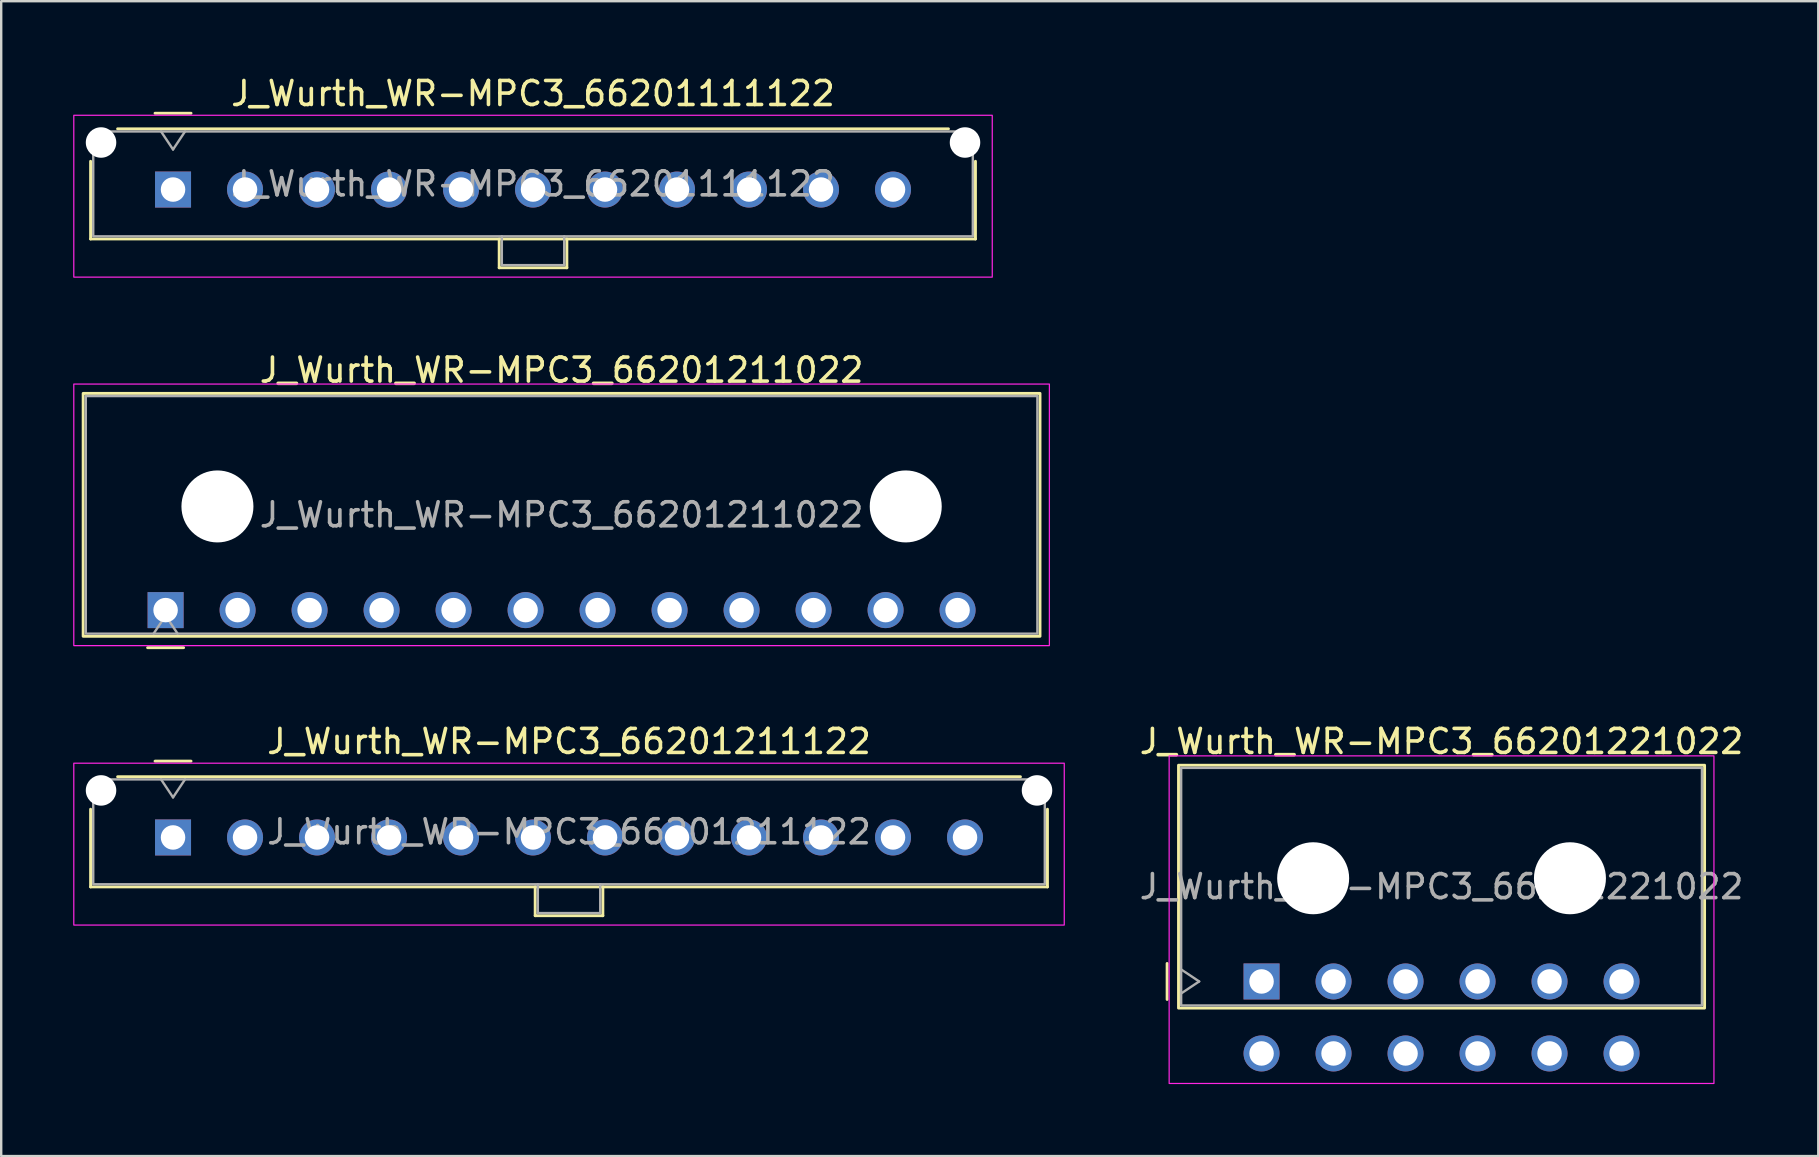
<source format=kicad_pcb>
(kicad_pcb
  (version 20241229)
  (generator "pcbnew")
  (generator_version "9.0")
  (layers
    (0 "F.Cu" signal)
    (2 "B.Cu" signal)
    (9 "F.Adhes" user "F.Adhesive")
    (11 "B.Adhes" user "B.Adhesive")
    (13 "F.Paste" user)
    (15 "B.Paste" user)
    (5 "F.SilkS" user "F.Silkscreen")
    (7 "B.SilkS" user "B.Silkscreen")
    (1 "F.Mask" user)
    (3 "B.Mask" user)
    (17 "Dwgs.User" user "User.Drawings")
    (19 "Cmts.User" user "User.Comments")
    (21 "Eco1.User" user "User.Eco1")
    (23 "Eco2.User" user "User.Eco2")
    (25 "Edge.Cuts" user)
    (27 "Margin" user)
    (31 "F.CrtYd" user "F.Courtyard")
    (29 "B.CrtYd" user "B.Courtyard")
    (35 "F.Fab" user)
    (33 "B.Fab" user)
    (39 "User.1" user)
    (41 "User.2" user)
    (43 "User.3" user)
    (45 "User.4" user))
  (footprint "J_Wurth_WR-MPC3_66201211022"
    (layer "F.Cu")
    (at 3.85 22.372)
    (property "Reference" "J_Wurth_WR-MPC3_66201211022" (at 16.5 -10 0) (unlocked yes) (layer "F.SilkS") (effects (font (size 1 1) (thickness 0.15))))
    (attr through_hole)
    (fp_line (start -0.75 1.565) (end 0.75 1.565) (stroke (width 0.12) (type solid)) (layer "F.SilkS"))
    (fp_rect (start -3.435 -9.03) (end 36.435 1.09) (stroke (width 0.12) (type solid)) (fill no) (layer "F.SilkS"))
    (fp_rect (start -3.825 -9.42) (end 36.825 1.48) (stroke (width 0.05) (type solid)) (fill no) (layer "F.CrtYd"))
    (fp_line (start 0 0.23) (end -0.5 0.98) (stroke (width 0.1) (type solid)) (layer "F.Fab"))
    (fp_line (start 0 0.23) (end 0.5 0.98) (stroke (width 0.1) (type solid)) (layer "F.Fab"))
    (fp_rect (start -3.325 -8.92) (end 36.325 0.98) (stroke (width 0.1) (type solid)) (fill no) (layer "F.Fab"))
    (fp_text user "${REFERENCE}" (at 16.5 -3.97 0) (unlocked yes) (layer "F.Fab") (effects (font (size 1 1) (thickness 0.15))))
    (pad "" np_thru_hole circle (at 2.16 -4.32 180) (size 3 3) (drill 3) (layers "*.Cu" "*.Mask"))
    (pad "" np_thru_hole circle (at 30.84 -4.32 180) (size 3 3) (drill 3) (layers "*.Cu" "*.Mask"))
    (pad "1" thru_hole rect (at 0 0 180) (size 1.5 1.5) (drill 1.02) (layers "*.Cu" "*.Mask"))
    (pad "2" thru_hole circle (at 3 0 180) (size 1.5 1.5) (drill 1.02) (layers "*.Cu" "*.Mask"))
    (pad "3" thru_hole circle (at 6 0 180) (size 1.5 1.5) (drill 1.02) (layers "*.Cu" "*.Mask"))
    (pad "4" thru_hole circle (at 9 0 180) (size 1.5 1.5) (drill 1.02) (layers "*.Cu" "*.Mask"))
    (pad "5" thru_hole circle (at 12 0 180) (size 1.5 1.5) (drill 1.02) (layers "*.Cu" "*.Mask"))
    (pad "6" thru_hole circle (at 15 0 180) (size 1.5 1.5) (drill 1.02) (layers "*.Cu" "*.Mask"))
    (pad "7" thru_hole circle (at 18 0 180) (size 1.5 1.5) (drill 1.02) (layers "*.Cu" "*.Mask"))
    (pad "8" thru_hole circle (at 21 0 180) (size 1.5 1.5) (drill 1.02) (layers "*.Cu" "*.Mask"))
    (pad "9" thru_hole circle (at 24 0 180) (size 1.5 1.5) (drill 1.02) (layers "*.Cu" "*.Mask"))
    (pad "10" thru_hole circle (at 27 0 180) (size 1.5 1.5) (drill 1.02) (layers "*.Cu" "*.Mask"))
    (pad "11" thru_hole circle (at 30 0 180) (size 1.5 1.5) (drill 1.02) (layers "*.Cu" "*.Mask"))
    (pad "12" thru_hole circle (at 33 0 180) (size 1.5 1.5) (drill 1.02) (layers "*.Cu" "*.Mask")))
  (footprint "J_Wurth_WR-MPC3_66201111122"
    (layer "F.Cu")
    (at 4.16 4.848)
    (property "Reference" "J_Wurth_WR-MPC3_66201111122" (at 15 -4 0) (unlocked yes) (layer "F.SilkS") (effects (font (size 1 1) (thickness 0.15))))
    (attr through_hole)
    (fp_line (start -3.435 2.06) (end -3.435 -1.178) (stroke (width 0.12) (type default)) (layer "F.SilkS"))
    (fp_line (start -2.31 -2.53) (end 32.31 -2.53) (stroke (width 0.12) (type solid)) (layer "F.SilkS"))
    (fp_line (start -0.75 -3.18) (end 0.75 -3.18) (stroke (width 0.12) (type solid)) (layer "F.SilkS"))
    (fp_line (start 13.59 2.06) (end 13.59 3.26) (stroke (width 0.12) (type default)) (layer "F.SilkS"))
    (fp_line (start 13.59 3.26) (end 16.41 3.26) (stroke (width 0.12) (type default)) (layer "F.SilkS"))
    (fp_line (start 16.41 3.26) (end 16.41 2.06) (stroke (width 0.12) (type default)) (layer "F.SilkS"))
    (fp_line (start 33.435 -1.178) (end 33.435 2.06) (stroke (width 0.12) (type solid)) (layer "F.SilkS"))
    (fp_line (start 33.435 2.06) (end -3.435 2.06) (stroke (width 0.12) (type solid)) (layer "F.SilkS"))
    (fp_rect (start -4.135 -3.095) (end 34.135 3.65) (stroke (width 0.05) (type solid)) (fill no) (layer "F.CrtYd"))
    (fp_line (start 0 -1.67) (end -0.5 -2.42) (stroke (width 0.1) (type solid)) (layer "F.Fab"))
    (fp_line (start 0 -1.67) (end 0.5 -2.42) (stroke (width 0.1) (type solid)) (layer "F.Fab"))
    (fp_line (start 13.7 1.95) (end 13.7 3.15) (stroke (width 0.1) (type solid)) (layer "F.Fab"))
    (fp_line (start 13.7 3.15) (end 16.3 3.15) (stroke (width 0.1) (type solid)) (layer "F.Fab"))
    (fp_line (start 16.3 1.95) (end 16.3 3.15) (stroke (width 0.1) (type solid)) (layer "F.Fab"))
    (fp_rect (start -3.325 -2.42) (end 33.325 1.95) (stroke (width 0.1) (type solid)) (fill no) (layer "F.Fab"))
    (fp_text user "${REFERENCE}" (at 15 -0.235 0) (unlocked yes) (layer "F.Fab") (effects (font (size 1 1) (thickness 0.15))))
    (pad "" np_thru_hole circle (at -3 -1.96 180) (size 1.27 1.27) (drill 1.27) (layers "*.Cu" "*.Mask"))
    (pad "" np_thru_hole circle (at 33 -1.96 180) (size 1.27 1.27) (drill 1.27) (layers "*.Cu" "*.Mask"))
    (pad "1" thru_hole rect (at 0 0 180) (size 1.5 1.5) (drill 1.02) (layers "*.Cu" "*.Mask"))
    (pad "2" thru_hole circle (at 3 0 180) (size 1.5 1.5) (drill 1.02) (layers "*.Cu" "*.Mask"))
    (pad "3" thru_hole circle (at 6 0 180) (size 1.5 1.5) (drill 1.02) (layers "*.Cu" "*.Mask"))
    (pad "4" thru_hole circle (at 9 0 180) (size 1.5 1.5) (drill 1.02) (layers "*.Cu" "*.Mask"))
    (pad "5" thru_hole circle (at 12 0 180) (size 1.5 1.5) (drill 1.02) (layers "*.Cu" "*.Mask"))
    (pad "6" thru_hole circle (at 15 0 180) (size 1.5 1.5) (drill 1.02) (layers "*.Cu" "*.Mask"))
    (pad "7" thru_hole circle (at 18 0 180) (size 1.5 1.5) (drill 1.02) (layers "*.Cu" "*.Mask"))
    (pad "8" thru_hole circle (at 21 0 180) (size 1.5 1.5) (drill 1.02) (layers "*.Cu" "*.Mask"))
    (pad "9" thru_hole circle (at 24 0 180) (size 1.5 1.5) (drill 1.02) (layers "*.Cu" "*.Mask"))
    (pad "10" thru_hole circle (at 27 0 180) (size 1.5 1.5) (drill 1.02) (layers "*.Cu" "*.Mask"))
    (pad "11" thru_hole circle (at 30 0 180) (size 1.5 1.5) (drill 1.02) (layers "*.Cu" "*.Mask")))
  (footprint "J_Wurth_WR-MPC3_66201221022"
    (layer "F.Cu")
    (at 49.516 37.845)
    (property "Reference" "J_Wurth_WR-MPC3_66201221022" (at 7.5 -10 0) (unlocked yes) (layer "F.SilkS") (effects (font (size 1 1) (thickness 0.15))))
    (attr through_hole)
    (fp_line (start -3.935 -0.75) (end -3.935 0.75) (stroke (width 0.12) (type solid)) (layer "F.SilkS"))
    (fp_rect (start -3.46 -9.01) (end 18.46 1.11) (stroke (width 0.12) (type solid)) (fill no) (layer "F.SilkS"))
    (fp_rect (start -3.85 -9.4) (end 18.85 4.25) (stroke (width 0.05) (type solid)) (fill no) (layer "F.CrtYd"))
    (fp_line (start -2.6 0) (end -3.35 -0.5) (stroke (width 0.1) (type solid)) (layer "F.Fab"))
    (fp_line (start -2.6 0) (end -3.35 0.5) (stroke (width 0.1) (type solid)) (layer "F.Fab"))
    (fp_rect (start -3.35 -8.9) (end 18.35 1) (stroke (width 0.1) (type solid)) (fill no) (layer "F.Fab"))
    (fp_text user "${REFERENCE}" (at 7.5 -3.95 0) (unlocked yes) (layer "F.Fab") (effects (font (size 1 1) (thickness 0.15))))
    (pad "" np_thru_hole circle (at 2.15 -4.3 180) (size 3 3) (drill 3) (layers "*.Cu" "*.Mask"))
    (pad "" np_thru_hole circle (at 12.85 -4.3 180) (size 3 3) (drill 3) (layers "*.Cu" "*.Mask"))
    (pad "1" thru_hole rect (at 0 0 180) (size 1.5 1.5) (drill 1.02) (layers "*.Cu" "*.Mask"))
    (pad "2" thru_hole circle (at 3 0 180) (size 1.5 1.5) (drill 1.02) (layers "*.Cu" "*.Mask"))
    (pad "3" thru_hole circle (at 6 0 180) (size 1.5 1.5) (drill 1.02) (layers "*.Cu" "*.Mask"))
    (pad "4" thru_hole circle (at 9 0 180) (size 1.5 1.5) (drill 1.02) (layers "*.Cu" "*.Mask"))
    (pad "5" thru_hole circle (at 12 0 180) (size 1.5 1.5) (drill 1.02) (layers "*.Cu" "*.Mask"))
    (pad "6" thru_hole circle (at 15 0 180) (size 1.5 1.5) (drill 1.02) (layers "*.Cu" "*.Mask"))
    (pad "7" thru_hole circle (at 0 3 180) (size 1.5 1.5) (drill 1.02) (layers "*.Cu" "*.Mask"))
    (pad "8" thru_hole circle (at 3 3 180) (size 1.5 1.5) (drill 1.02) (layers "*.Cu" "*.Mask"))
    (pad "9" thru_hole circle (at 6 3 180) (size 1.5 1.5) (drill 1.02) (layers "*.Cu" "*.Mask"))
    (pad "10" thru_hole circle (at 9 3 180) (size 1.5 1.5) (drill 1.02) (layers "*.Cu" "*.Mask"))
    (pad "11" thru_hole circle (at 12 3 180) (size 1.5 1.5) (drill 1.02) (layers "*.Cu" "*.Mask"))
    (pad "12" thru_hole circle (at 15 3 180) (size 1.5 1.5) (drill 1.02) (layers "*.Cu" "*.Mask")))
  (footprint "J_Wurth_WR-MPC3_66201211122"
    (layer "F.Cu")
    (at 4.16 31.845)
    (property "Reference" "J_Wurth_WR-MPC3_66201211122" (at 16.5 -4 0) (unlocked yes) (layer "F.SilkS") (effects (font (size 1 1) (thickness 0.15))))
    (attr through_hole)
    (fp_line (start -3.435 2.06) (end -3.435 -1.178) (stroke (width 0.12) (type default)) (layer "F.SilkS"))
    (fp_line (start -2.31 -2.53) (end 35.31 -2.53) (stroke (width 0.12) (type solid)) (layer "F.SilkS"))
    (fp_line (start -0.75 -3.18) (end 0.75 -3.18) (stroke (width 0.12) (type solid)) (layer "F.SilkS"))
    (fp_line (start 15.09 2.06) (end 15.09 3.26) (stroke (width 0.12) (type default)) (layer "F.SilkS"))
    (fp_line (start 15.09 3.26) (end 17.91 3.26) (stroke (width 0.12) (type default)) (layer "F.SilkS"))
    (fp_line (start 17.91 3.26) (end 17.91 2.06) (stroke (width 0.12) (type default)) (layer "F.SilkS"))
    (fp_line (start 36.435 -1.178) (end 36.435 2.06) (stroke (width 0.12) (type solid)) (layer "F.SilkS"))
    (fp_line (start 36.435 2.06) (end -3.435 2.06) (stroke (width 0.12) (type solid)) (layer "F.SilkS"))
    (fp_rect (start -4.135 -3.095) (end 37.135 3.65) (stroke (width 0.05) (type solid)) (fill no) (layer "F.CrtYd"))
    (fp_line (start 0 -1.67) (end -0.5 -2.42) (stroke (width 0.1) (type solid)) (layer "F.Fab"))
    (fp_line (start 0 -1.67) (end 0.5 -2.42) (stroke (width 0.1) (type solid)) (layer "F.Fab"))
    (fp_line (start 15.2 1.95) (end 15.2 3.15) (stroke (width 0.1) (type solid)) (layer "F.Fab"))
    (fp_line (start 15.2 3.15) (end 17.8 3.15) (stroke (width 0.1) (type solid)) (layer "F.Fab"))
    (fp_line (start 17.8 1.95) (end 17.8 3.15) (stroke (width 0.1) (type solid)) (layer "F.Fab"))
    (fp_rect (start -3.325 -2.42) (end 36.325 1.95) (stroke (width 0.1) (type solid)) (fill no) (layer "F.Fab"))
    (fp_text user "${REFERENCE}" (at 16.5 -0.235 0) (unlocked yes) (layer "F.Fab") (effects (font (size 1 1) (thickness 0.15))))
    (pad "" np_thru_hole circle (at -3 -1.96 180) (size 1.27 1.27) (drill 1.27) (layers "*.Cu" "*.Mask"))
    (pad "" np_thru_hole circle (at 36 -1.96 180) (size 1.27 1.27) (drill 1.27) (layers "*.Cu" "*.Mask"))
    (pad "1" thru_hole rect (at 0 0 180) (size 1.5 1.5) (drill 1.02) (layers "*.Cu" "*.Mask"))
    (pad "2" thru_hole circle (at 3 0 180) (size 1.5 1.5) (drill 1.02) (layers "*.Cu" "*.Mask"))
    (pad "3" thru_hole circle (at 6 0 180) (size 1.5 1.5) (drill 1.02) (layers "*.Cu" "*.Mask"))
    (pad "4" thru_hole circle (at 9 0 180) (size 1.5 1.5) (drill 1.02) (layers "*.Cu" "*.Mask"))
    (pad "5" thru_hole circle (at 12 0 180) (size 1.5 1.5) (drill 1.02) (layers "*.Cu" "*.Mask"))
    (pad "6" thru_hole circle (at 15 0 180) (size 1.5 1.5) (drill 1.02) (layers "*.Cu" "*.Mask"))
    (pad "7" thru_hole circle (at 18 0 180) (size 1.5 1.5) (drill 1.02) (layers "*.Cu" "*.Mask"))
    (pad "8" thru_hole circle (at 21 0 180) (size 1.5 1.5) (drill 1.02) (layers "*.Cu" "*.Mask"))
    (pad "9" thru_hole circle (at 24 0 180) (size 1.5 1.5) (drill 1.02) (layers "*.Cu" "*.Mask"))
    (pad "10" thru_hole circle (at 27 0 180) (size 1.5 1.5) (drill 1.02) (layers "*.Cu" "*.Mask"))
    (pad "11" thru_hole circle (at 30 0 180) (size 1.5 1.5) (drill 1.02) (layers "*.Cu" "*.Mask"))
    (pad "12" thru_hole circle (at 33 0 180) (size 1.5 1.5) (drill 1.02) (layers "*.Cu" "*.Mask")))
  (gr_rect
    (start -3 -3)
    (end 72.713 45.12)
    (stroke (width 0.1) (type default))
    (fill no)
    (layer "Edge.Cuts")))
</source>
